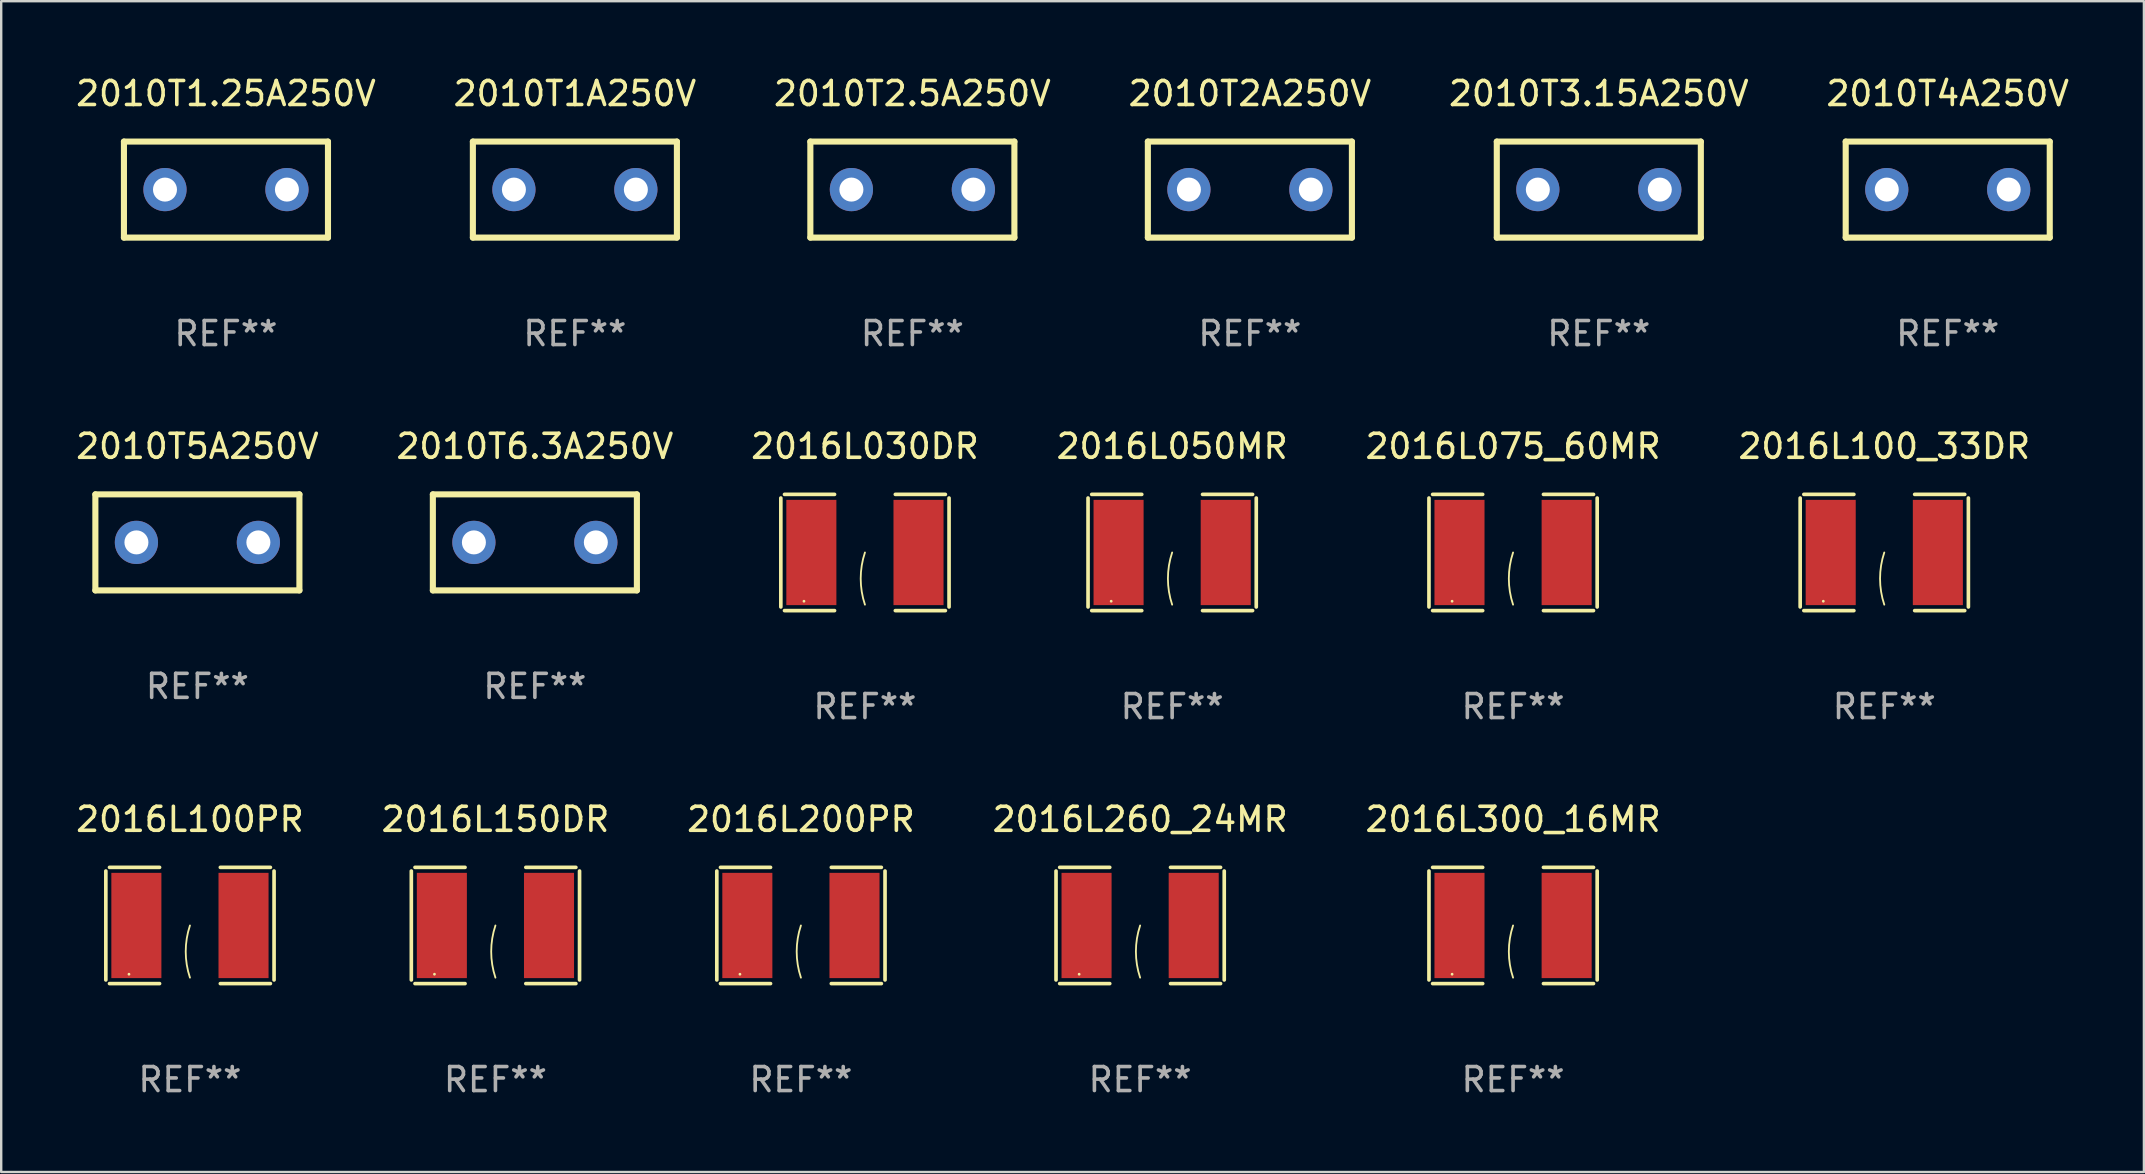
<source format=kicad_pcb>
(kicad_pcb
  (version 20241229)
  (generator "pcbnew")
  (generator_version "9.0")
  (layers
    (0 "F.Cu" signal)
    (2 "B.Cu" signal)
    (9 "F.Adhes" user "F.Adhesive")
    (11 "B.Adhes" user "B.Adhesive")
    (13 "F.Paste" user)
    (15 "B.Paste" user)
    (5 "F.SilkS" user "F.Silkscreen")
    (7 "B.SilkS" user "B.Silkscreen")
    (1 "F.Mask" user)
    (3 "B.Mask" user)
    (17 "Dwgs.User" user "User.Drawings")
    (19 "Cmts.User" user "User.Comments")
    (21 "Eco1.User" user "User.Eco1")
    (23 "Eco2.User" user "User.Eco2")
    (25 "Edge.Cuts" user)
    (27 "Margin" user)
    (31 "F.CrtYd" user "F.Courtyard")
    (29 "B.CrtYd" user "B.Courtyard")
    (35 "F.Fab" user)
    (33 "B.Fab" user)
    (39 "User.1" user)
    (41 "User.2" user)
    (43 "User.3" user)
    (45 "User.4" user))
  (footprint "2010T2.5A250V"
    (layer "F.Cu")
    (at 34.958 4.848)
    (property "Reference" "2010T2.5A250V" (at 0 -4 0) (layer "F.SilkS") (effects (font (size 1 1) (thickness 0.15))))
    (attr through_hole)
    (fp_line (start -4.25 2) (end -4.25 -2) (stroke (width 0.254) (type solid)) (layer "F.SilkS"))
    (fp_line (start -4.25 -2) (end 4.25 -2) (stroke (width 0.254) (type solid)) (layer "F.SilkS"))
    (fp_line (start 4.25 2) (end -4.25 2) (stroke (width 0.254) (type solid)) (layer "F.SilkS"))
    (fp_line (start 4.25 -2) (end 4.25 2) (stroke (width 0.254) (type solid)) (layer "F.SilkS"))
    (fp_circle (center -4.25 2) (end -4.22 2) (stroke (width 0.06) (type solid)) (fill no) (layer "F.SilkS"))
    (fp_text user "REF**" (at 0 6 0) (layer "F.Fab") (effects (font (size 1 1) (thickness 0.15))))
    (pad "1" thru_hole circle (at -2.54 0) (size 1.8 1.8) (drill 1) (layers "*.Cu" "*.Mask"))
    (pad "2" thru_hole circle (at 2.54 0) (size 1.8 1.8) (drill 1) (layers "*.Cu" "*.Mask")))
  (footprint "2016L300_16MR"
    (layer "F.Cu")
    (at 59.982 35.504)
    (property "Reference" "2016L300_16MR" (at 0 -4.421 0) (layer "F.SilkS") (effects (font (size 1 1) (thickness 0.15))))
    (attr through_hole)
    (fp_line (start -3.504 -2.269) (end -3.504 2.269) (stroke (width 0.152) (type solid)) (layer "F.SilkS"))
    (fp_line (start -3.351 2.421) (end -1.266 2.421) (stroke (width 0.152) (type solid)) (layer "F.SilkS"))
    (fp_line (start -1.266 -2.421) (end -3.351 -2.421) (stroke (width 0.152) (type solid)) (layer "F.SilkS"))
    (fp_line (start 1.266 -2.421) (end 3.351 -2.421) (stroke (width 0.152) (type solid)) (layer "F.SilkS"))
    (fp_line (start 3.351 2.421) (end 1.266 2.421) (stroke (width 0.152) (type solid)) (layer "F.SilkS"))
    (fp_line (start 3.504 -2.269) (end 3.504 2.269) (stroke (width 0.152) (type solid)) (layer "F.SilkS"))
    (fp_arc (start 0 2.17335) (mid -0.176343 1.086675) (end 0 0) (stroke (width 0.0762) (type solid)) (layer "F.SilkS"))
    (fp_circle (center -2.54 2.03) (end -2.51 2.03) (stroke (width 0.06) (type solid)) (fill no) (layer "F.SilkS"))
    (fp_text user "REF**" (at 0 6.421 0) (layer "F.Fab") (effects (font (size 1 1) (thickness 0.15))))
    (pad "1" smd rect (at -2.232 0) (size 2.085 4.385) (layers "F.Cu" "F.Mask" "F.Paste"))
    (pad "2" smd rect (at 2.232 0) (size 2.085 4.385) (layers "F.Cu" "F.Mask" "F.Paste")))
  (footprint "2016L050MR"
    (layer "F.Cu")
    (at 45.78 19.966)
    (property "Reference" "2016L050MR" (at 0 -4.421 0) (layer "F.SilkS") (effects (font (size 1 1) (thickness 0.15))))
    (attr through_hole)
    (fp_line (start -3.504 -2.269) (end -3.504 2.269) (stroke (width 0.152) (type solid)) (layer "F.SilkS"))
    (fp_line (start -3.351 2.421) (end -1.266 2.421) (stroke (width 0.152) (type solid)) (layer "F.SilkS"))
    (fp_line (start -1.266 -2.421) (end -3.351 -2.421) (stroke (width 0.152) (type solid)) (layer "F.SilkS"))
    (fp_line (start 1.266 -2.421) (end 3.351 -2.421) (stroke (width 0.152) (type solid)) (layer "F.SilkS"))
    (fp_line (start 3.351 2.421) (end 1.266 2.421) (stroke (width 0.152) (type solid)) (layer "F.SilkS"))
    (fp_line (start 3.504 -2.269) (end 3.504 2.269) (stroke (width 0.152) (type solid)) (layer "F.SilkS"))
    (fp_arc (start 0 2.17335) (mid -0.176343 1.086675) (end 0 0) (stroke (width 0.0762) (type solid)) (layer "F.SilkS"))
    (fp_circle (center -2.54 2.03) (end -2.51 2.03) (stroke (width 0.06) (type solid)) (fill no) (layer "F.SilkS"))
    (fp_text user "REF**" (at 0 6.421 0) (layer "F.Fab") (effects (font (size 1 1) (thickness 0.15))))
    (pad "1" smd rect (at -2.232 0) (size 2.085 4.385) (layers "F.Cu" "F.Mask" "F.Paste"))
    (pad "2" smd rect (at 2.232 0) (size 2.085 4.385) (layers "F.Cu" "F.Mask" "F.Paste")))
  (footprint "2010T5A250V"
    (layer "F.Cu")
    (at 5.173 19.545)
    (property "Reference" "2010T5A250V" (at 0 -4 0) (layer "F.SilkS") (effects (font (size 1 1) (thickness 0.15))))
    (attr through_hole)
    (fp_line (start -4.25 2) (end -4.25 -2) (stroke (width 0.254) (type solid)) (layer "F.SilkS"))
    (fp_line (start -4.25 -2) (end 4.25 -2) (stroke (width 0.254) (type solid)) (layer "F.SilkS"))
    (fp_line (start 4.25 2) (end -4.25 2) (stroke (width 0.254) (type solid)) (layer "F.SilkS"))
    (fp_line (start 4.25 -2) (end 4.25 2) (stroke (width 0.254) (type solid)) (layer "F.SilkS"))
    (fp_circle (center -4.25 2) (end -4.22 2) (stroke (width 0.06) (type solid)) (fill no) (layer "F.SilkS"))
    (fp_text user "REF**" (at 0 6 0) (layer "F.Fab") (effects (font (size 1 1) (thickness 0.15))))
    (pad "1" thru_hole circle (at -2.54 0) (size 1.8 1.8) (drill 1) (layers "*.Cu" "*.Mask"))
    (pad "2" thru_hole circle (at 2.54 0) (size 1.8 1.8) (drill 1) (layers "*.Cu" "*.Mask")))
  (footprint "2010T1A250V"
    (layer "F.Cu")
    (at 20.899 4.848)
    (property "Reference" "2010T1A250V" (at 0 -4 0) (layer "F.SilkS") (effects (font (size 1 1) (thickness 0.15))))
    (attr through_hole)
    (fp_line (start -4.25 2) (end -4.25 -2) (stroke (width 0.254) (type solid)) (layer "F.SilkS"))
    (fp_line (start -4.25 -2) (end 4.25 -2) (stroke (width 0.254) (type solid)) (layer "F.SilkS"))
    (fp_line (start 4.25 2) (end -4.25 2) (stroke (width 0.254) (type solid)) (layer "F.SilkS"))
    (fp_line (start 4.25 -2) (end 4.25 2) (stroke (width 0.254) (type solid)) (layer "F.SilkS"))
    (fp_circle (center -4.25 2) (end -4.22 2) (stroke (width 0.06) (type solid)) (fill no) (layer "F.SilkS"))
    (fp_text user "REF**" (at 0 6 0) (layer "F.Fab") (effects (font (size 1 1) (thickness 0.15))))
    (pad "1" thru_hole circle (at -2.54 0) (size 1.8 1.8) (drill 1) (layers "*.Cu" "*.Mask"))
    (pad "2" thru_hole circle (at 2.54 0) (size 1.8 1.8) (drill 1) (layers "*.Cu" "*.Mask")))
  (footprint "2010T2A250V"
    (layer "F.Cu")
    (at 49.018 4.848)
    (property "Reference" "2010T2A250V" (at 0 -4 0) (layer "F.SilkS") (effects (font (size 1 1) (thickness 0.15))))
    (attr through_hole)
    (fp_line (start -4.25 2) (end -4.25 -2) (stroke (width 0.254) (type solid)) (layer "F.SilkS"))
    (fp_line (start -4.25 -2) (end 4.25 -2) (stroke (width 0.254) (type solid)) (layer "F.SilkS"))
    (fp_line (start 4.25 2) (end -4.25 2) (stroke (width 0.254) (type solid)) (layer "F.SilkS"))
    (fp_line (start 4.25 -2) (end 4.25 2) (stroke (width 0.254) (type solid)) (layer "F.SilkS"))
    (fp_circle (center -4.25 2) (end -4.22 2) (stroke (width 0.06) (type solid)) (fill no) (layer "F.SilkS"))
    (fp_text user "REF**" (at 0 6 0) (layer "F.Fab") (effects (font (size 1 1) (thickness 0.15))))
    (pad "1" thru_hole circle (at -2.54 0) (size 1.8 1.8) (drill 1) (layers "*.Cu" "*.Mask"))
    (pad "2" thru_hole circle (at 2.54 0) (size 1.8 1.8) (drill 1) (layers "*.Cu" "*.Mask")))
  (footprint "2016L200PR"
    (layer "F.Cu")
    (at 30.315 35.504)
    (property "Reference" "2016L200PR" (at 0 -4.421 0) (layer "F.SilkS") (effects (font (size 1 1) (thickness 0.15))))
    (attr through_hole)
    (fp_line (start -3.504 -2.269) (end -3.504 2.269) (stroke (width 0.152) (type solid)) (layer "F.SilkS"))
    (fp_line (start -3.351 2.421) (end -1.266 2.421) (stroke (width 0.152) (type solid)) (layer "F.SilkS"))
    (fp_line (start -1.266 -2.421) (end -3.351 -2.421) (stroke (width 0.152) (type solid)) (layer "F.SilkS"))
    (fp_line (start 1.266 -2.421) (end 3.351 -2.421) (stroke (width 0.152) (type solid)) (layer "F.SilkS"))
    (fp_line (start 3.351 2.421) (end 1.266 2.421) (stroke (width 0.152) (type solid)) (layer "F.SilkS"))
    (fp_line (start 3.504 -2.269) (end 3.504 2.269) (stroke (width 0.152) (type solid)) (layer "F.SilkS"))
    (fp_arc (start 0 2.17335) (mid -0.176343 1.086675) (end 0 0) (stroke (width 0.0762) (type solid)) (layer "F.SilkS"))
    (fp_circle (center -2.54 2.03) (end -2.51 2.03) (stroke (width 0.06) (type solid)) (fill no) (layer "F.SilkS"))
    (fp_text user "REF**" (at 0 6.421 0) (layer "F.Fab") (effects (font (size 1 1) (thickness 0.15))))
    (pad "1" smd rect (at -2.232 0) (size 2.085 4.385) (layers "F.Cu" "F.Mask" "F.Paste"))
    (pad "2" smd rect (at 2.232 0) (size 2.085 4.385) (layers "F.Cu" "F.Mask" "F.Paste")))
  (footprint "2016L260_24MR"
    (layer "F.Cu")
    (at 44.446 35.504)
    (property "Reference" "2016L260_24MR" (at 0 -4.421 0) (layer "F.SilkS") (effects (font (size 1 1) (thickness 0.15))))
    (attr through_hole)
    (fp_line (start -3.504 -2.269) (end -3.504 2.269) (stroke (width 0.152) (type solid)) (layer "F.SilkS"))
    (fp_line (start -3.351 2.421) (end -1.266 2.421) (stroke (width 0.152) (type solid)) (layer "F.SilkS"))
    (fp_line (start -1.266 -2.421) (end -3.351 -2.421) (stroke (width 0.152) (type solid)) (layer "F.SilkS"))
    (fp_line (start 1.266 -2.421) (end 3.351 -2.421) (stroke (width 0.152) (type solid)) (layer "F.SilkS"))
    (fp_line (start 3.351 2.421) (end 1.266 2.421) (stroke (width 0.152) (type solid)) (layer "F.SilkS"))
    (fp_line (start 3.504 -2.269) (end 3.504 2.269) (stroke (width 0.152) (type solid)) (layer "F.SilkS"))
    (fp_arc (start 0 2.17335) (mid -0.176343 1.086675) (end 0 0) (stroke (width 0.0762) (type solid)) (layer "F.SilkS"))
    (fp_circle (center -2.54 2.03) (end -2.51 2.03) (stroke (width 0.06) (type solid)) (fill no) (layer "F.SilkS"))
    (fp_text user "REF**" (at 0 6.421 0) (layer "F.Fab") (effects (font (size 1 1) (thickness 0.15))))
    (pad "1" smd rect (at -2.232 0) (size 2.085 4.385) (layers "F.Cu" "F.Mask" "F.Paste"))
    (pad "2" smd rect (at 2.232 0) (size 2.085 4.385) (layers "F.Cu" "F.Mask" "F.Paste")))
  (footprint "2016L150DR"
    (layer "F.Cu")
    (at 17.589 35.504)
    (property "Reference" "2016L150DR" (at 0 -4.421 0) (layer "F.SilkS") (effects (font (size 1 1) (thickness 0.15))))
    (attr through_hole)
    (fp_line (start -3.504 -2.269) (end -3.504 2.269) (stroke (width 0.152) (type solid)) (layer "F.SilkS"))
    (fp_line (start -3.351 2.421) (end -1.266 2.421) (stroke (width 0.152) (type solid)) (layer "F.SilkS"))
    (fp_line (start -1.266 -2.421) (end -3.351 -2.421) (stroke (width 0.152) (type solid)) (layer "F.SilkS"))
    (fp_line (start 1.266 -2.421) (end 3.351 -2.421) (stroke (width 0.152) (type solid)) (layer "F.SilkS"))
    (fp_line (start 3.351 2.421) (end 1.266 2.421) (stroke (width 0.152) (type solid)) (layer "F.SilkS"))
    (fp_line (start 3.504 -2.269) (end 3.504 2.269) (stroke (width 0.152) (type solid)) (layer "F.SilkS"))
    (fp_arc (start 0 2.17335) (mid -0.176343 1.086675) (end 0 0) (stroke (width 0.0762) (type solid)) (layer "F.SilkS"))
    (fp_circle (center -2.54 2.03) (end -2.51 2.03) (stroke (width 0.06) (type solid)) (fill no) (layer "F.SilkS"))
    (fp_text user "REF**" (at 0 6.421 0) (layer "F.Fab") (effects (font (size 1 1) (thickness 0.15))))
    (pad "1" smd rect (at -2.232 0) (size 2.085 4.385) (layers "F.Cu" "F.Mask" "F.Paste"))
    (pad "2" smd rect (at 2.232 0) (size 2.085 4.385) (layers "F.Cu" "F.Mask" "F.Paste")))
  (footprint "2010T4A250V"
    (layer "F.Cu")
    (at 78.089 4.848)
    (property "Reference" "2010T4A250V" (at 0 -4 0) (layer "F.SilkS") (effects (font (size 1 1) (thickness 0.15))))
    (attr through_hole)
    (fp_line (start -4.25 2) (end -4.25 -2) (stroke (width 0.254) (type solid)) (layer "F.SilkS"))
    (fp_line (start -4.25 -2) (end 4.25 -2) (stroke (width 0.254) (type solid)) (layer "F.SilkS"))
    (fp_line (start 4.25 2) (end -4.25 2) (stroke (width 0.254) (type solid)) (layer "F.SilkS"))
    (fp_line (start 4.25 -2) (end 4.25 2) (stroke (width 0.254) (type solid)) (layer "F.SilkS"))
    (fp_circle (center -4.25 2) (end -4.22 2) (stroke (width 0.06) (type solid)) (fill no) (layer "F.SilkS"))
    (fp_text user "REF**" (at 0 6 0) (layer "F.Fab") (effects (font (size 1 1) (thickness 0.15))))
    (pad "1" thru_hole circle (at -2.54 0) (size 1.8 1.8) (drill 1) (layers "*.Cu" "*.Mask"))
    (pad "2" thru_hole circle (at 2.54 0) (size 1.8 1.8) (drill 1) (layers "*.Cu" "*.Mask")))
  (footprint "2016L100_33DR"
    (layer "F.Cu")
    (at 75.446 19.966)
    (property "Reference" "2016L100_33DR" (at 0 -4.421 0) (layer "F.SilkS") (effects (font (size 1 1) (thickness 0.15))))
    (attr through_hole)
    (fp_line (start -3.504 -2.269) (end -3.504 2.269) (stroke (width 0.152) (type solid)) (layer "F.SilkS"))
    (fp_line (start -3.351 2.421) (end -1.266 2.421) (stroke (width 0.152) (type solid)) (layer "F.SilkS"))
    (fp_line (start -1.266 -2.421) (end -3.351 -2.421) (stroke (width 0.152) (type solid)) (layer "F.SilkS"))
    (fp_line (start 1.266 -2.421) (end 3.351 -2.421) (stroke (width 0.152) (type solid)) (layer "F.SilkS"))
    (fp_line (start 3.351 2.421) (end 1.266 2.421) (stroke (width 0.152) (type solid)) (layer "F.SilkS"))
    (fp_line (start 3.504 -2.269) (end 3.504 2.269) (stroke (width 0.152) (type solid)) (layer "F.SilkS"))
    (fp_arc (start 0 2.17335) (mid -0.176343 1.086675) (end 0 0) (stroke (width 0.0762) (type solid)) (layer "F.SilkS"))
    (fp_circle (center -2.54 2.03) (end -2.51 2.03) (stroke (width 0.06) (type solid)) (fill no) (layer "F.SilkS"))
    (fp_text user "REF**" (at 0 6.421 0) (layer "F.Fab") (effects (font (size 1 1) (thickness 0.15))))
    (pad "1" smd rect (at -2.232 0) (size 2.085 4.385) (layers "F.Cu" "F.Mask" "F.Paste"))
    (pad "2" smd rect (at 2.232 0) (size 2.085 4.385) (layers "F.Cu" "F.Mask" "F.Paste")))
  (footprint "2010T1.25A250V"
    (layer "F.Cu")
    (at 6.363 4.848)
    (property "Reference" "2010T1.25A250V" (at 0 -4 0) (layer "F.SilkS") (effects (font (size 1 1) (thickness 0.15))))
    (attr through_hole)
    (fp_line (start -4.25 2) (end -4.25 -2) (stroke (width 0.254) (type solid)) (layer "F.SilkS"))
    (fp_line (start -4.25 -2) (end 4.25 -2) (stroke (width 0.254) (type solid)) (layer "F.SilkS"))
    (fp_line (start 4.25 2) (end -4.25 2) (stroke (width 0.254) (type solid)) (layer "F.SilkS"))
    (fp_line (start 4.25 -2) (end 4.25 2) (stroke (width 0.254) (type solid)) (layer "F.SilkS"))
    (fp_circle (center -4.25 2) (end -4.22 2) (stroke (width 0.06) (type solid)) (fill no) (layer "F.SilkS"))
    (fp_text user "REF**" (at 0 6 0) (layer "F.Fab") (effects (font (size 1 1) (thickness 0.15))))
    (pad "1" thru_hole circle (at -2.54 0) (size 1.8 1.8) (drill 1) (layers "*.Cu" "*.Mask"))
    (pad "2" thru_hole circle (at 2.54 0) (size 1.8 1.8) (drill 1) (layers "*.Cu" "*.Mask")))
  (footprint "2016L030DR"
    (layer "F.Cu")
    (at 32.982 19.966)
    (property "Reference" "2016L030DR" (at 0 -4.421 0) (layer "F.SilkS") (effects (font (size 1 1) (thickness 0.15))))
    (attr through_hole)
    (fp_line (start -3.504 -2.269) (end -3.504 2.269) (stroke (width 0.152) (type solid)) (layer "F.SilkS"))
    (fp_line (start -3.351 2.421) (end -1.266 2.421) (stroke (width 0.152) (type solid)) (layer "F.SilkS"))
    (fp_line (start -1.266 -2.421) (end -3.351 -2.421) (stroke (width 0.152) (type solid)) (layer "F.SilkS"))
    (fp_line (start 1.266 -2.421) (end 3.351 -2.421) (stroke (width 0.152) (type solid)) (layer "F.SilkS"))
    (fp_line (start 3.351 2.421) (end 1.266 2.421) (stroke (width 0.152) (type solid)) (layer "F.SilkS"))
    (fp_line (start 3.504 -2.269) (end 3.504 2.269) (stroke (width 0.152) (type solid)) (layer "F.SilkS"))
    (fp_arc (start 0 2.17335) (mid -0.176343 1.086675) (end 0 0) (stroke (width 0.0762) (type solid)) (layer "F.SilkS"))
    (fp_circle (center -2.54 2.03) (end -2.51 2.03) (stroke (width 0.06) (type solid)) (fill no) (layer "F.SilkS"))
    (fp_text user "REF**" (at 0 6.421 0) (layer "F.Fab") (effects (font (size 1 1) (thickness 0.15))))
    (pad "1" smd rect (at -2.232 0) (size 2.085 4.385) (layers "F.Cu" "F.Mask" "F.Paste"))
    (pad "2" smd rect (at 2.232 0) (size 2.085 4.385) (layers "F.Cu" "F.Mask" "F.Paste")))
  (footprint "2010T6.3A250V"
    (layer "F.Cu")
    (at 19.232 19.545)
    (property "Reference" "2010T6.3A250V" (at 0 -4 0) (layer "F.SilkS") (effects (font (size 1 1) (thickness 0.15))))
    (attr through_hole)
    (fp_line (start -4.25 2) (end -4.25 -2) (stroke (width 0.254) (type solid)) (layer "F.SilkS"))
    (fp_line (start -4.25 -2) (end 4.25 -2) (stroke (width 0.254) (type solid)) (layer "F.SilkS"))
    (fp_line (start 4.25 2) (end -4.25 2) (stroke (width 0.254) (type solid)) (layer "F.SilkS"))
    (fp_line (start 4.25 -2) (end 4.25 2) (stroke (width 0.254) (type solid)) (layer "F.SilkS"))
    (fp_circle (center -4.25 2) (end -4.22 2) (stroke (width 0.06) (type solid)) (fill no) (layer "F.SilkS"))
    (fp_text user "REF**" (at 0 6 0) (layer "F.Fab") (effects (font (size 1 1) (thickness 0.15))))
    (pad "1" thru_hole circle (at -2.54 0) (size 1.8 1.8) (drill 1) (layers "*.Cu" "*.Mask"))
    (pad "2" thru_hole circle (at 2.54 0) (size 1.8 1.8) (drill 1) (layers "*.Cu" "*.Mask")))
  (footprint "2010T3.15A250V"
    (layer "F.Cu")
    (at 63.554 4.848)
    (property "Reference" "2010T3.15A250V" (at 0 -4 0) (layer "F.SilkS") (effects (font (size 1 1) (thickness 0.15))))
    (attr through_hole)
    (fp_line (start -4.25 2) (end -4.25 -2) (stroke (width 0.254) (type solid)) (layer "F.SilkS"))
    (fp_line (start -4.25 -2) (end 4.25 -2) (stroke (width 0.254) (type solid)) (layer "F.SilkS"))
    (fp_line (start 4.25 2) (end -4.25 2) (stroke (width 0.254) (type solid)) (layer "F.SilkS"))
    (fp_line (start 4.25 -2) (end 4.25 2) (stroke (width 0.254) (type solid)) (layer "F.SilkS"))
    (fp_circle (center -4.25 2) (end -4.22 2) (stroke (width 0.06) (type solid)) (fill no) (layer "F.SilkS"))
    (fp_text user "REF**" (at 0 6 0) (layer "F.Fab") (effects (font (size 1 1) (thickness 0.15))))
    (pad "1" thru_hole circle (at -2.54 0) (size 1.8 1.8) (drill 1) (layers "*.Cu" "*.Mask"))
    (pad "2" thru_hole circle (at 2.54 0) (size 1.8 1.8) (drill 1) (layers "*.Cu" "*.Mask")))
  (footprint "2016L100PR"
    (layer "F.Cu")
    (at 4.863 35.504)
    (property "Reference" "2016L100PR" (at 0 -4.421 0) (layer "F.SilkS") (effects (font (size 1 1) (thickness 0.15))))
    (attr through_hole)
    (fp_line (start -3.504 -2.269) (end -3.504 2.269) (stroke (width 0.152) (type solid)) (layer "F.SilkS"))
    (fp_line (start -3.351 2.421) (end -1.266 2.421) (stroke (width 0.152) (type solid)) (layer "F.SilkS"))
    (fp_line (start -1.266 -2.421) (end -3.351 -2.421) (stroke (width 0.152) (type solid)) (layer "F.SilkS"))
    (fp_line (start 1.266 -2.421) (end 3.351 -2.421) (stroke (width 0.152) (type solid)) (layer "F.SilkS"))
    (fp_line (start 3.351 2.421) (end 1.266 2.421) (stroke (width 0.152) (type solid)) (layer "F.SilkS"))
    (fp_line (start 3.504 -2.269) (end 3.504 2.269) (stroke (width 0.152) (type solid)) (layer "F.SilkS"))
    (fp_arc (start 0 2.17335) (mid -0.176343 1.086675) (end 0 0) (stroke (width 0.0762) (type solid)) (layer "F.SilkS"))
    (fp_circle (center -2.54 2.03) (end -2.51 2.03) (stroke (width 0.06) (type solid)) (fill no) (layer "F.SilkS"))
    (fp_text user "REF**" (at 0 6.421 0) (layer "F.Fab") (effects (font (size 1 1) (thickness 0.15))))
    (pad "1" smd rect (at -2.232 0) (size 2.085 4.385) (layers "F.Cu" "F.Mask" "F.Paste"))
    (pad "2" smd rect (at 2.232 0) (size 2.085 4.385) (layers "F.Cu" "F.Mask" "F.Paste")))
  (footprint "2016L075_60MR"
    (layer "F.Cu")
    (at 59.982 19.966)
    (property "Reference" "2016L075_60MR" (at 0 -4.421 0) (layer "F.SilkS") (effects (font (size 1 1) (thickness 0.15))))
    (attr through_hole)
    (fp_line (start -3.504 -2.269) (end -3.504 2.269) (stroke (width 0.152) (type solid)) (layer "F.SilkS"))
    (fp_line (start -3.351 2.421) (end -1.266 2.421) (stroke (width 0.152) (type solid)) (layer "F.SilkS"))
    (fp_line (start -1.266 -2.421) (end -3.351 -2.421) (stroke (width 0.152) (type solid)) (layer "F.SilkS"))
    (fp_line (start 1.266 -2.421) (end 3.351 -2.421) (stroke (width 0.152) (type solid)) (layer "F.SilkS"))
    (fp_line (start 3.351 2.421) (end 1.266 2.421) (stroke (width 0.152) (type solid)) (layer "F.SilkS"))
    (fp_line (start 3.504 -2.269) (end 3.504 2.269) (stroke (width 0.152) (type solid)) (layer "F.SilkS"))
    (fp_arc (start 0 2.17335) (mid -0.176343 1.086675) (end 0 0) (stroke (width 0.0762) (type solid)) (layer "F.SilkS"))
    (fp_circle (center -2.54 2.03) (end -2.51 2.03) (stroke (width 0.06) (type solid)) (fill no) (layer "F.SilkS"))
    (fp_text user "REF**" (at 0 6.421 0) (layer "F.Fab") (effects (font (size 1 1) (thickness 0.15))))
    (pad "1" smd rect (at -2.232 0) (size 2.085 4.385) (layers "F.Cu" "F.Mask" "F.Paste"))
    (pad "2" smd rect (at 2.232 0) (size 2.085 4.385) (layers "F.Cu" "F.Mask" "F.Paste")))
  (gr_rect
    (start -3 -3)
    (end 86.262 45.774)
    (stroke (width 0.1) (type default))
    (fill no)
    (layer "Edge.Cuts")))
</source>
